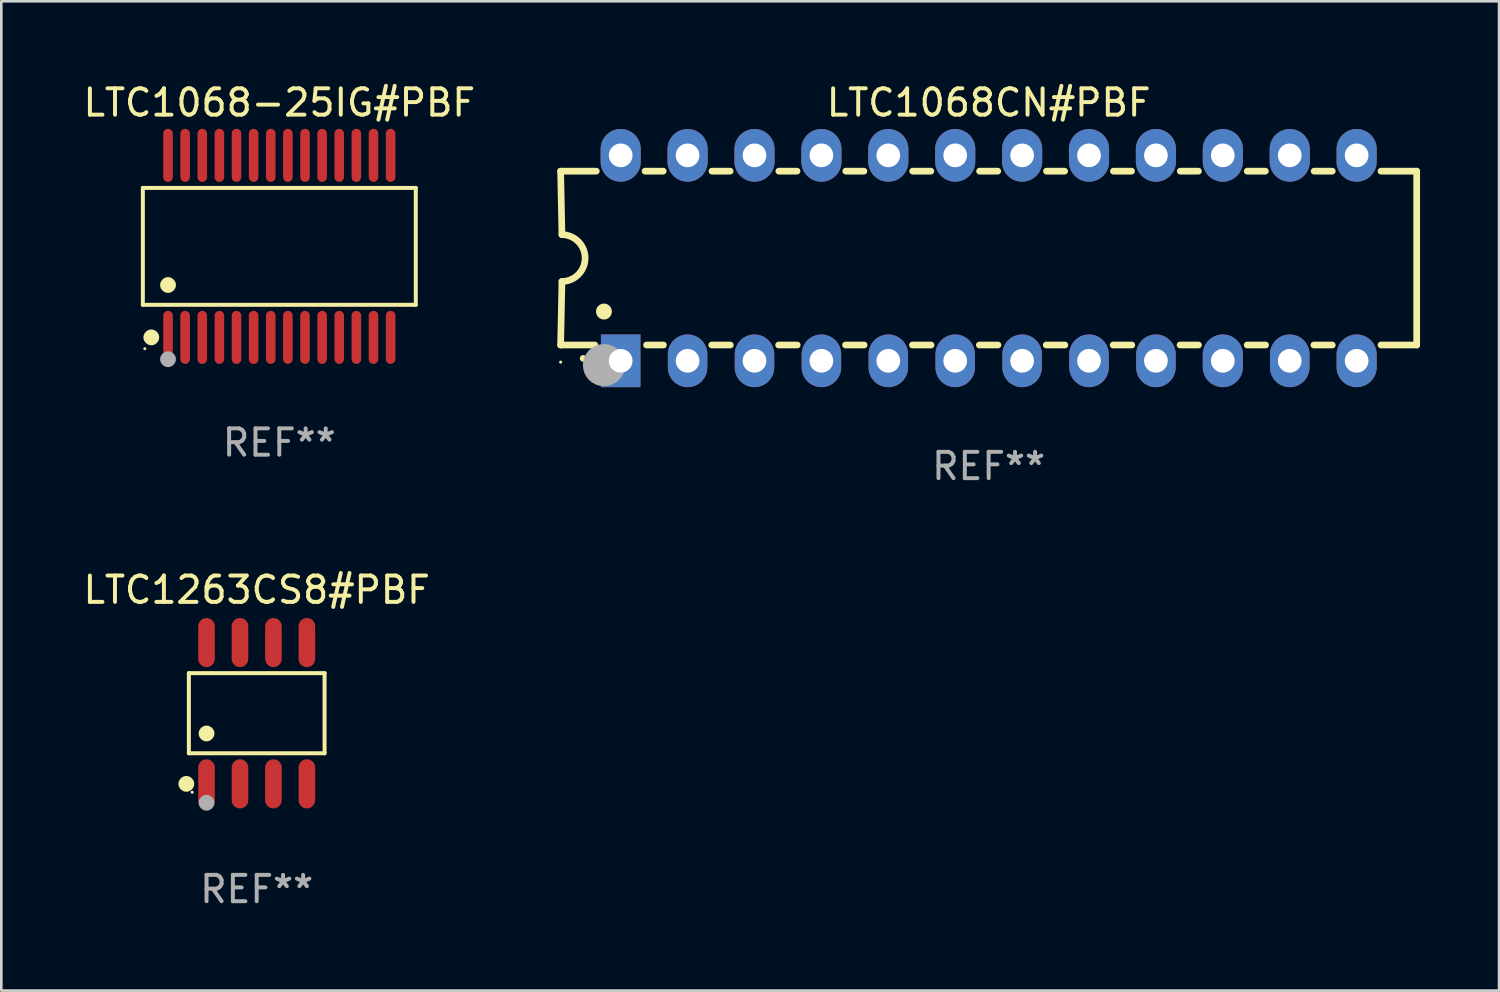
<source format=kicad_pcb>
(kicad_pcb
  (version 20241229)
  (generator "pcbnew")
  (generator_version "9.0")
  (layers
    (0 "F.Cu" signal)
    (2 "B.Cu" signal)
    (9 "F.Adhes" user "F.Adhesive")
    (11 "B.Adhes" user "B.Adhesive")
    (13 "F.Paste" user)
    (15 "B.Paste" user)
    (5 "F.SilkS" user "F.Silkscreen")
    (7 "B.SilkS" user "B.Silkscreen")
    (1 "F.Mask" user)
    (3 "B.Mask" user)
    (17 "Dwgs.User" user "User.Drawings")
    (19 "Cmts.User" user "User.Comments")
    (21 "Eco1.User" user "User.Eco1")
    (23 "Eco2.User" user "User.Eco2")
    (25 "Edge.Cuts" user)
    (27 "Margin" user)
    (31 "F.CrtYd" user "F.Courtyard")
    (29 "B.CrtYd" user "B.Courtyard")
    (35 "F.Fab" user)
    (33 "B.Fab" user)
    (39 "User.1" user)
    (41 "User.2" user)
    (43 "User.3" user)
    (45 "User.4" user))
  (footprint "LTC1263CS8#PBF"
    (layer "F.Cu")
    (at 6.696 24.027)
    (property "Reference" "LTC1263CS8#PBF" (at 0 -4.682 0) (layer "F.SilkS") (effects (font (size 1 1) (thickness 0.15))))
    (attr through_hole)
    (fp_line (start -2.576 -1.521) (end 2.576 -1.521) (stroke (width 0.152) (type solid)) (layer "F.SilkS"))
    (fp_line (start -2.576 1.521) (end -2.576 -1.521) (stroke (width 0.152) (type solid)) (layer "F.SilkS"))
    (fp_line (start 2.576 -1.521) (end 2.576 1.521) (stroke (width 0.152) (type solid)) (layer "F.SilkS"))
    (fp_line (start 2.576 1.521) (end -2.576 1.521) (stroke (width 0.152) (type solid)) (layer "F.SilkS"))
    (fp_circle (center -2.672 2.682) (end -2.522 2.682) (stroke (width 0.3) (type solid)) (fill no) (layer "F.SilkS"))
    (fp_circle (center -2.45 3) (end -2.42 3) (stroke (width 0.06) (type solid)) (fill no) (layer "F.SilkS"))
    (fp_circle (center -1.905 0.769) (end -1.755 0.769) (stroke (width 0.3) (type solid)) (fill no) (layer "F.SilkS"))
    (fp_circle (center -1.905 3.4) (end -1.755 3.4) (stroke (width 0.3) (type solid)) (fill no) (layer "F.Fab"))
    (fp_text user "REF**" (at 0 6.682 0) (layer "F.Fab") (effects (font (size 1 1) (thickness 0.15))))
    (pad "1" smd oval (at -1.905 2.682) (size 0.63 1.865) (layers "F.Cu" "F.Mask" "F.Paste"))
    (pad "2" smd oval (at -0.635 2.682) (size 0.63 1.865) (layers "F.Cu" "F.Mask" "F.Paste"))
    (pad "3" smd oval (at 0.635 2.682) (size 0.63 1.865) (layers "F.Cu" "F.Mask" "F.Paste"))
    (pad "4" smd oval (at 1.905 2.682) (size 0.63 1.865) (layers "F.Cu" "F.Mask" "F.Paste"))
    (pad "5" smd oval (at 1.905 -2.682) (size 0.63 1.865) (layers "F.Cu" "F.Mask" "F.Paste"))
    (pad "6" smd oval (at 0.635 -2.682) (size 0.63 1.865) (layers "F.Cu" "F.Mask" "F.Paste"))
    (pad "7" smd oval (at -0.635 -2.682) (size 0.63 1.865) (layers "F.Cu" "F.Mask" "F.Paste"))
    (pad "8" smd oval (at -1.905 -2.682) (size 0.63 1.865) (layers "F.Cu" "F.Mask" "F.Paste")))
  (footprint "LTC1068-25IG#PBF"
    (layer "F.Cu")
    (at 7.554 6.303)
    (property "Reference" "LTC1068-25IG#PBF" (at 0 -5.455 0) (layer "F.SilkS") (effects (font (size 1 1) (thickness 0.15))))
    (attr through_hole)
    (fp_line (start -5.181 -2.219) (end 5.181 -2.219) (stroke (width 0.152) (type solid)) (layer "F.SilkS"))
    (fp_line (start -5.181 2.219) (end -5.181 -2.219) (stroke (width 0.152) (type solid)) (layer "F.SilkS"))
    (fp_line (start 5.181 -2.219) (end 5.181 2.219) (stroke (width 0.152) (type solid)) (layer "F.SilkS"))
    (fp_line (start 5.181 2.219) (end -5.181 2.219) (stroke (width 0.152) (type solid)) (layer "F.SilkS"))
    (fp_circle (center -5.105 3.885) (end -5.075 3.885) (stroke (width 0.06) (type solid)) (fill no) (layer "F.SilkS"))
    (fp_circle (center -4.859 3.455) (end -4.709 3.455) (stroke (width 0.3) (type solid)) (fill no) (layer "F.SilkS"))
    (fp_circle (center -4.225 1.467) (end -4.075 1.467) (stroke (width 0.3) (type solid)) (fill no) (layer "F.SilkS"))
    (fp_circle (center -4.225 4.285) (end -4.075 4.285) (stroke (width 0.3) (type solid)) (fill no) (layer "F.Fab"))
    (fp_text user "REF**" (at 0 7.455 0) (layer "F.Fab") (effects (font (size 1 1) (thickness 0.15))))
    (pad "1" smd oval (at -4.225 3.455) (size 0.364 2.015) (layers "F.Cu" "F.Mask" "F.Paste"))
    (pad "2" smd oval (at -3.575 3.455) (size 0.364 2.015) (layers "F.Cu" "F.Mask" "F.Paste"))
    (pad "3" smd oval (at -2.925 3.455) (size 0.364 2.015) (layers "F.Cu" "F.Mask" "F.Paste"))
    (pad "4" smd oval (at -2.275 3.455) (size 0.364 2.015) (layers "F.Cu" "F.Mask" "F.Paste"))
    (pad "5" smd oval (at -1.625 3.455) (size 0.364 2.015) (layers "F.Cu" "F.Mask" "F.Paste"))
    (pad "6" smd oval (at -0.975 3.455) (size 0.364 2.015) (layers "F.Cu" "F.Mask" "F.Paste"))
    (pad "7" smd oval (at -0.325 3.455) (size 0.364 2.015) (layers "F.Cu" "F.Mask" "F.Paste"))
    (pad "8" smd oval (at 0.325 3.455) (size 0.364 2.015) (layers "F.Cu" "F.Mask" "F.Paste"))
    (pad "9" smd oval (at 0.975 3.455) (size 0.364 2.015) (layers "F.Cu" "F.Mask" "F.Paste"))
    (pad "10" smd oval (at 1.625 3.455) (size 0.364 2.015) (layers "F.Cu" "F.Mask" "F.Paste"))
    (pad "11" smd oval (at 2.275 3.455) (size 0.364 2.015) (layers "F.Cu" "F.Mask" "F.Paste"))
    (pad "12" smd oval (at 2.925 3.455) (size 0.364 2.015) (layers "F.Cu" "F.Mask" "F.Paste"))
    (pad "13" smd oval (at 3.575 3.455) (size 0.364 2.015) (layers "F.Cu" "F.Mask" "F.Paste"))
    (pad "14" smd oval (at 4.225 3.455) (size 0.364 2.015) (layers "F.Cu" "F.Mask" "F.Paste"))
    (pad "15" smd oval (at 4.225 -3.455) (size 0.364 2.015) (layers "F.Cu" "F.Mask" "F.Paste"))
    (pad "16" smd oval (at 3.575 -3.455) (size 0.364 2.015) (layers "F.Cu" "F.Mask" "F.Paste"))
    (pad "17" smd oval (at 2.925 -3.455) (size 0.364 2.015) (layers "F.Cu" "F.Mask" "F.Paste"))
    (pad "18" smd oval (at 2.275 -3.455) (size 0.364 2.015) (layers "F.Cu" "F.Mask" "F.Paste"))
    (pad "19" smd oval (at 1.625 -3.455) (size 0.364 2.015) (layers "F.Cu" "F.Mask" "F.Paste"))
    (pad "20" smd oval (at 0.975 -3.455) (size 0.364 2.015) (layers "F.Cu" "F.Mask" "F.Paste"))
    (pad "21" smd oval (at 0.325 -3.455) (size 0.364 2.015) (layers "F.Cu" "F.Mask" "F.Paste"))
    (pad "22" smd oval (at -0.325 -3.455) (size 0.364 2.015) (layers "F.Cu" "F.Mask" "F.Paste"))
    (pad "23" smd oval (at -0.975 -3.455) (size 0.364 2.015) (layers "F.Cu" "F.Mask" "F.Paste"))
    (pad "24" smd oval (at -1.625 -3.455) (size 0.364 2.015) (layers "F.Cu" "F.Mask" "F.Paste"))
    (pad "25" smd oval (at -2.275 -3.455) (size 0.364 2.015) (layers "F.Cu" "F.Mask" "F.Paste"))
    (pad "26" smd oval (at -2.925 -3.455) (size 0.364 2.015) (layers "F.Cu" "F.Mask" "F.Paste"))
    (pad "27" smd oval (at -3.575 -3.455) (size 0.364 2.015) (layers "F.Cu" "F.Mask" "F.Paste"))
    (pad "28" smd oval (at -4.225 -3.455) (size 0.364 2.015) (layers "F.Cu" "F.Mask" "F.Paste")))
  (footprint "LTC1068CN#PBF"
    (layer "F.Cu")
    (at 34.484 6.748)
    (property "Reference" "LTC1068CN#PBF" (at 0 -5.9 0) (layer "F.SilkS") (effects (font (size 1 1) (thickness 0.15))))
    (attr through_hole)
    (fp_line (start -16.25 -3.3) (end -16.2 -0.889) (stroke (width 0.254) (type solid)) (layer "F.SilkS"))
    (fp_line (start -16.25 -3.3) (end -14.895 -3.3) (stroke (width 0.254) (type solid)) (layer "F.SilkS"))
    (fp_line (start -16.25 3.3) (end -16.2 0.889) (stroke (width 0.254) (type solid)) (layer "F.SilkS"))
    (fp_line (start -16.25 3.3) (end -14.951 3.3) (stroke (width 0.254) (type solid)) (layer "F.SilkS"))
    (fp_line (start -13.045 -3.3) (end -12.355 -3.3) (stroke (width 0.254) (type solid)) (layer "F.SilkS"))
    (fp_line (start -12.989 3.3) (end -12.347 3.3) (stroke (width 0.254) (type solid)) (layer "F.SilkS"))
    (fp_line (start -10.514 3.3) (end -9.807 3.3) (stroke (width 0.254) (type solid)) (layer "F.SilkS"))
    (fp_line (start -10.505 -3.3) (end -9.815 -3.3) (stroke (width 0.254) (type solid)) (layer "F.SilkS"))
    (fp_line (start -7.974 3.3) (end -7.267 3.3) (stroke (width 0.254) (type solid)) (layer "F.SilkS"))
    (fp_line (start -7.965 -3.3) (end -7.275 -3.3) (stroke (width 0.254) (type solid)) (layer "F.SilkS"))
    (fp_line (start -5.434 3.3) (end -4.727 3.3) (stroke (width 0.254) (type solid)) (layer "F.SilkS"))
    (fp_line (start -5.425 -3.3) (end -4.735 -3.3) (stroke (width 0.254) (type solid)) (layer "F.SilkS"))
    (fp_line (start -2.894 3.3) (end -2.187 3.3) (stroke (width 0.254) (type solid)) (layer "F.SilkS"))
    (fp_line (start -2.885 -3.3) (end -2.195 -3.3) (stroke (width 0.254) (type solid)) (layer "F.SilkS"))
    (fp_line (start -0.354 3.3) (end 0.353 3.3) (stroke (width 0.254) (type solid)) (layer "F.SilkS"))
    (fp_line (start -0.345 -3.3) (end 0.345 -3.3) (stroke (width 0.254) (type solid)) (layer "F.SilkS"))
    (fp_line (start 2.186 3.3) (end 2.893 3.3) (stroke (width 0.254) (type solid)) (layer "F.SilkS"))
    (fp_line (start 2.195 -3.3) (end 2.885 -3.3) (stroke (width 0.254) (type solid)) (layer "F.SilkS"))
    (fp_line (start 4.726 3.3) (end 5.434 3.3) (stroke (width 0.254) (type solid)) (layer "F.SilkS"))
    (fp_line (start 4.735 -3.3) (end 5.425 -3.3) (stroke (width 0.254) (type solid)) (layer "F.SilkS"))
    (fp_line (start 7.266 3.3) (end 7.965 3.3) (stroke (width 0.254) (type solid)) (layer "F.SilkS"))
    (fp_line (start 7.275 -3.3) (end 7.965 -3.3) (stroke (width 0.254) (type solid)) (layer "F.SilkS"))
    (fp_line (start 9.815 -3.3) (end 10.505 -3.3) (stroke (width 0.254) (type solid)) (layer "F.SilkS"))
    (fp_line (start 9.815 3.3) (end 10.514 3.3) (stroke (width 0.254) (type solid)) (layer "F.SilkS"))
    (fp_line (start 12.346 3.3) (end 13.045 3.3) (stroke (width 0.254) (type solid)) (layer "F.SilkS"))
    (fp_line (start 12.355 -3.3) (end 13.045 -3.3) (stroke (width 0.254) (type solid)) (layer "F.SilkS"))
    (fp_line (start 16.25 -3.3) (end 14.895 -3.3) (stroke (width 0.254) (type solid)) (layer "F.SilkS"))
    (fp_line (start 16.25 -3.3) (end 16.25 3.3) (stroke (width 0.254) (type solid)) (layer "F.SilkS"))
    (fp_line (start 16.25 3.3) (end 14.895 3.3) (stroke (width 0.254) (type solid)) (layer "F.SilkS"))
    (fp_arc (start -16.201016 -0.890146) (mid -15.311429 -0.001055) (end -16.200025 0.889027) (stroke (width 0.254001) (type solid)) (layer "F.SilkS"))
    (fp_arc (start -15.394971 3.810033) (mid -15.394978 3.808763) (end -15.394971 3.807493) (stroke (width 0.25) (type solid)) (layer "F.SilkS"))
    (fp_arc (start -14.605029 2.032029) (mid -14.60504 2.029489) (end -14.605029 2.026949) (stroke (width 0.6) (type solid)) (layer "F.SilkS"))
    (fp_circle (center -16.25 3.95) (end -16.22 3.95) (stroke (width 0.06) (type solid)) (fill no) (layer "F.SilkS"))
    (fp_circle (center -14.605 4.064) (end -14.205 4.064) (stroke (width 0.8) (type solid)) (fill no) (layer "F.Fab"))
    (fp_text user "REF**" (at 0 7.9 0) (layer "F.Fab") (effects (font (size 1 1) (thickness 0.15))))
    (pad "1" thru_hole rect (at -13.97 3.9 90) (size 2 1.5) (drill 0.9) (layers "*.Cu" "*.Mask"))
    (pad "2" thru_hole oval (at -11.43 3.9 90) (size 2 1.5) (drill 0.9) (layers "*.Cu" "*.Mask"))
    (pad "3" thru_hole oval (at -8.89 3.9 90) (size 2 1.5) (drill 0.9) (layers "*.Cu" "*.Mask"))
    (pad "4" thru_hole oval (at -6.35 3.9 90) (size 2 1.5) (drill 0.9) (layers "*.Cu" "*.Mask"))
    (pad "5" thru_hole oval (at -3.81 3.9 90) (size 2 1.5) (drill 0.9) (layers "*.Cu" "*.Mask"))
    (pad "6" thru_hole oval (at -1.27 3.9 90) (size 2 1.5) (drill 0.9) (layers "*.Cu" "*.Mask"))
    (pad "7" thru_hole oval (at 1.27 3.9 90) (size 2 1.5) (drill 0.9) (layers "*.Cu" "*.Mask"))
    (pad "8" thru_hole oval (at 3.81 3.9 90) (size 2 1.5) (drill 0.9) (layers "*.Cu" "*.Mask"))
    (pad "9" thru_hole oval (at 6.35 3.9 90) (size 2 1.5) (drill 0.9) (layers "*.Cu" "*.Mask"))
    (pad "10" thru_hole oval (at 8.89 3.9 90) (size 2 1.524) (drill 0.9) (layers "*.Cu" "*.Mask"))
    (pad "11" thru_hole oval (at 11.43 3.9 90) (size 2 1.5) (drill 0.9) (layers "*.Cu" "*.Mask"))
    (pad "12" thru_hole oval (at 13.97 3.9 90) (size 2 1.524) (drill 0.9) (layers "*.Cu" "*.Mask"))
    (pad "13" thru_hole oval (at 13.97 -3.9 90) (size 2 1.524) (drill 0.9) (layers "*.Cu" "*.Mask"))
    (pad "14" thru_hole oval (at 11.43 -3.9 90) (size 2 1.524) (drill 0.9) (layers "*.Cu" "*.Mask"))
    (pad "15" thru_hole oval (at 8.89 -3.9 90) (size 2 1.524) (drill 0.9) (layers "*.Cu" "*.Mask"))
    (pad "16" thru_hole oval (at 6.35 -3.9 90) (size 2 1.524) (drill 0.9) (layers "*.Cu" "*.Mask"))
    (pad "17" thru_hole oval (at 3.81 -3.9 90) (size 2 1.524) (drill 0.9) (layers "*.Cu" "*.Mask"))
    (pad "18" thru_hole oval (at 1.27 -3.9 90) (size 2 1.524) (drill 0.9) (layers "*.Cu" "*.Mask"))
    (pad "19" thru_hole oval (at -1.27 -3.9 90) (size 2 1.524) (drill 0.9) (layers "*.Cu" "*.Mask"))
    (pad "20" thru_hole oval (at -3.81 -3.9 90) (size 2 1.524) (drill 0.9) (layers "*.Cu" "*.Mask"))
    (pad "21" thru_hole oval (at -6.35 -3.9 90) (size 2 1.524) (drill 0.9) (layers "*.Cu" "*.Mask"))
    (pad "22" thru_hole oval (at -8.89 -3.9 90) (size 2 1.524) (drill 0.9) (layers "*.Cu" "*.Mask"))
    (pad "23" thru_hole oval (at -11.43 -3.9 90) (size 2 1.524) (drill 0.9) (layers "*.Cu" "*.Mask"))
    (pad "24" thru_hole oval (at -13.97 -3.9 90) (size 2 1.524) (drill 0.9) (layers "*.Cu" "*.Mask")))
  (gr_rect
    (start -3 -3)
    (end 53.861 34.558)
    (stroke (width 0.1) (type default))
    (fill no)
    (layer "Edge.Cuts")))
</source>
